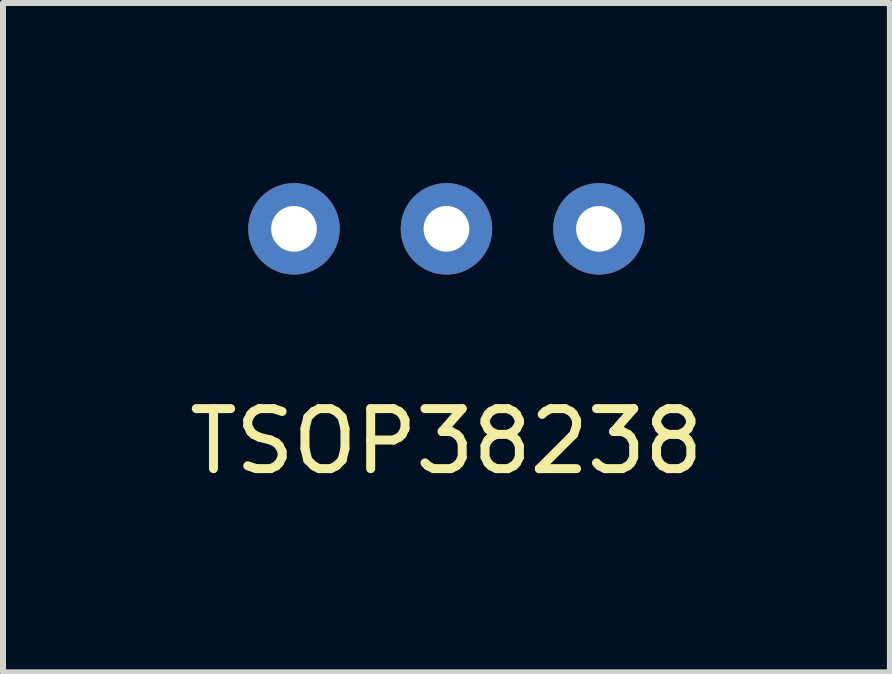
<source format=kicad_pcb>
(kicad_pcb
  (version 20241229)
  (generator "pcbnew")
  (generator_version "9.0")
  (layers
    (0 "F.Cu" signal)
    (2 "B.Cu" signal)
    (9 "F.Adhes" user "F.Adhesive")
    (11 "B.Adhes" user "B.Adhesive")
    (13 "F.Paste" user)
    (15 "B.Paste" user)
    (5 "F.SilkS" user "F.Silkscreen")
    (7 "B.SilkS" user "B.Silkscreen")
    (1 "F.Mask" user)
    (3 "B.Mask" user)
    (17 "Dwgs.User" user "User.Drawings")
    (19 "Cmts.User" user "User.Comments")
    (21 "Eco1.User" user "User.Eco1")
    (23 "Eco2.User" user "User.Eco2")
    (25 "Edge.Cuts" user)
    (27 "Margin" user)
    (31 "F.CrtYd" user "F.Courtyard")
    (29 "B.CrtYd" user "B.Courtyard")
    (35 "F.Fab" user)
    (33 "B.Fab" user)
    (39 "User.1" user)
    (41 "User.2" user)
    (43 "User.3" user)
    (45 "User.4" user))
  (footprint "TSOP38238"
    (layer "F.Cu")
    (at 4.387 3.302)
    (property "Reference" "TSOP38238" (at 0 1 0) (layer "F.SilkS") (effects (font (size 1 1) (thickness 0.15))))
    (attr through_hole)
    (pad "1" thru_hole circle (at 2.54 -2.54) (size 1.524 1.524) (drill 0.762) (layers "*.Cu" "*.Mask"))
    (pad "2" thru_hole circle (at 0 -2.54) (size 1.524 1.524) (drill 0.762) (layers "*.Cu" "*.Mask"))
    (pad "3" thru_hole circle (at -2.54 -2.54) (size 1.524 1.524) (drill 0.762) (layers "*.Cu" "*.Mask")))
  (gr_rect
    (start -3 -3)
    (end 11.774 8.15)
    (stroke (width 0.1) (type default))
    (fill no)
    (layer "Edge.Cuts")))
</source>
